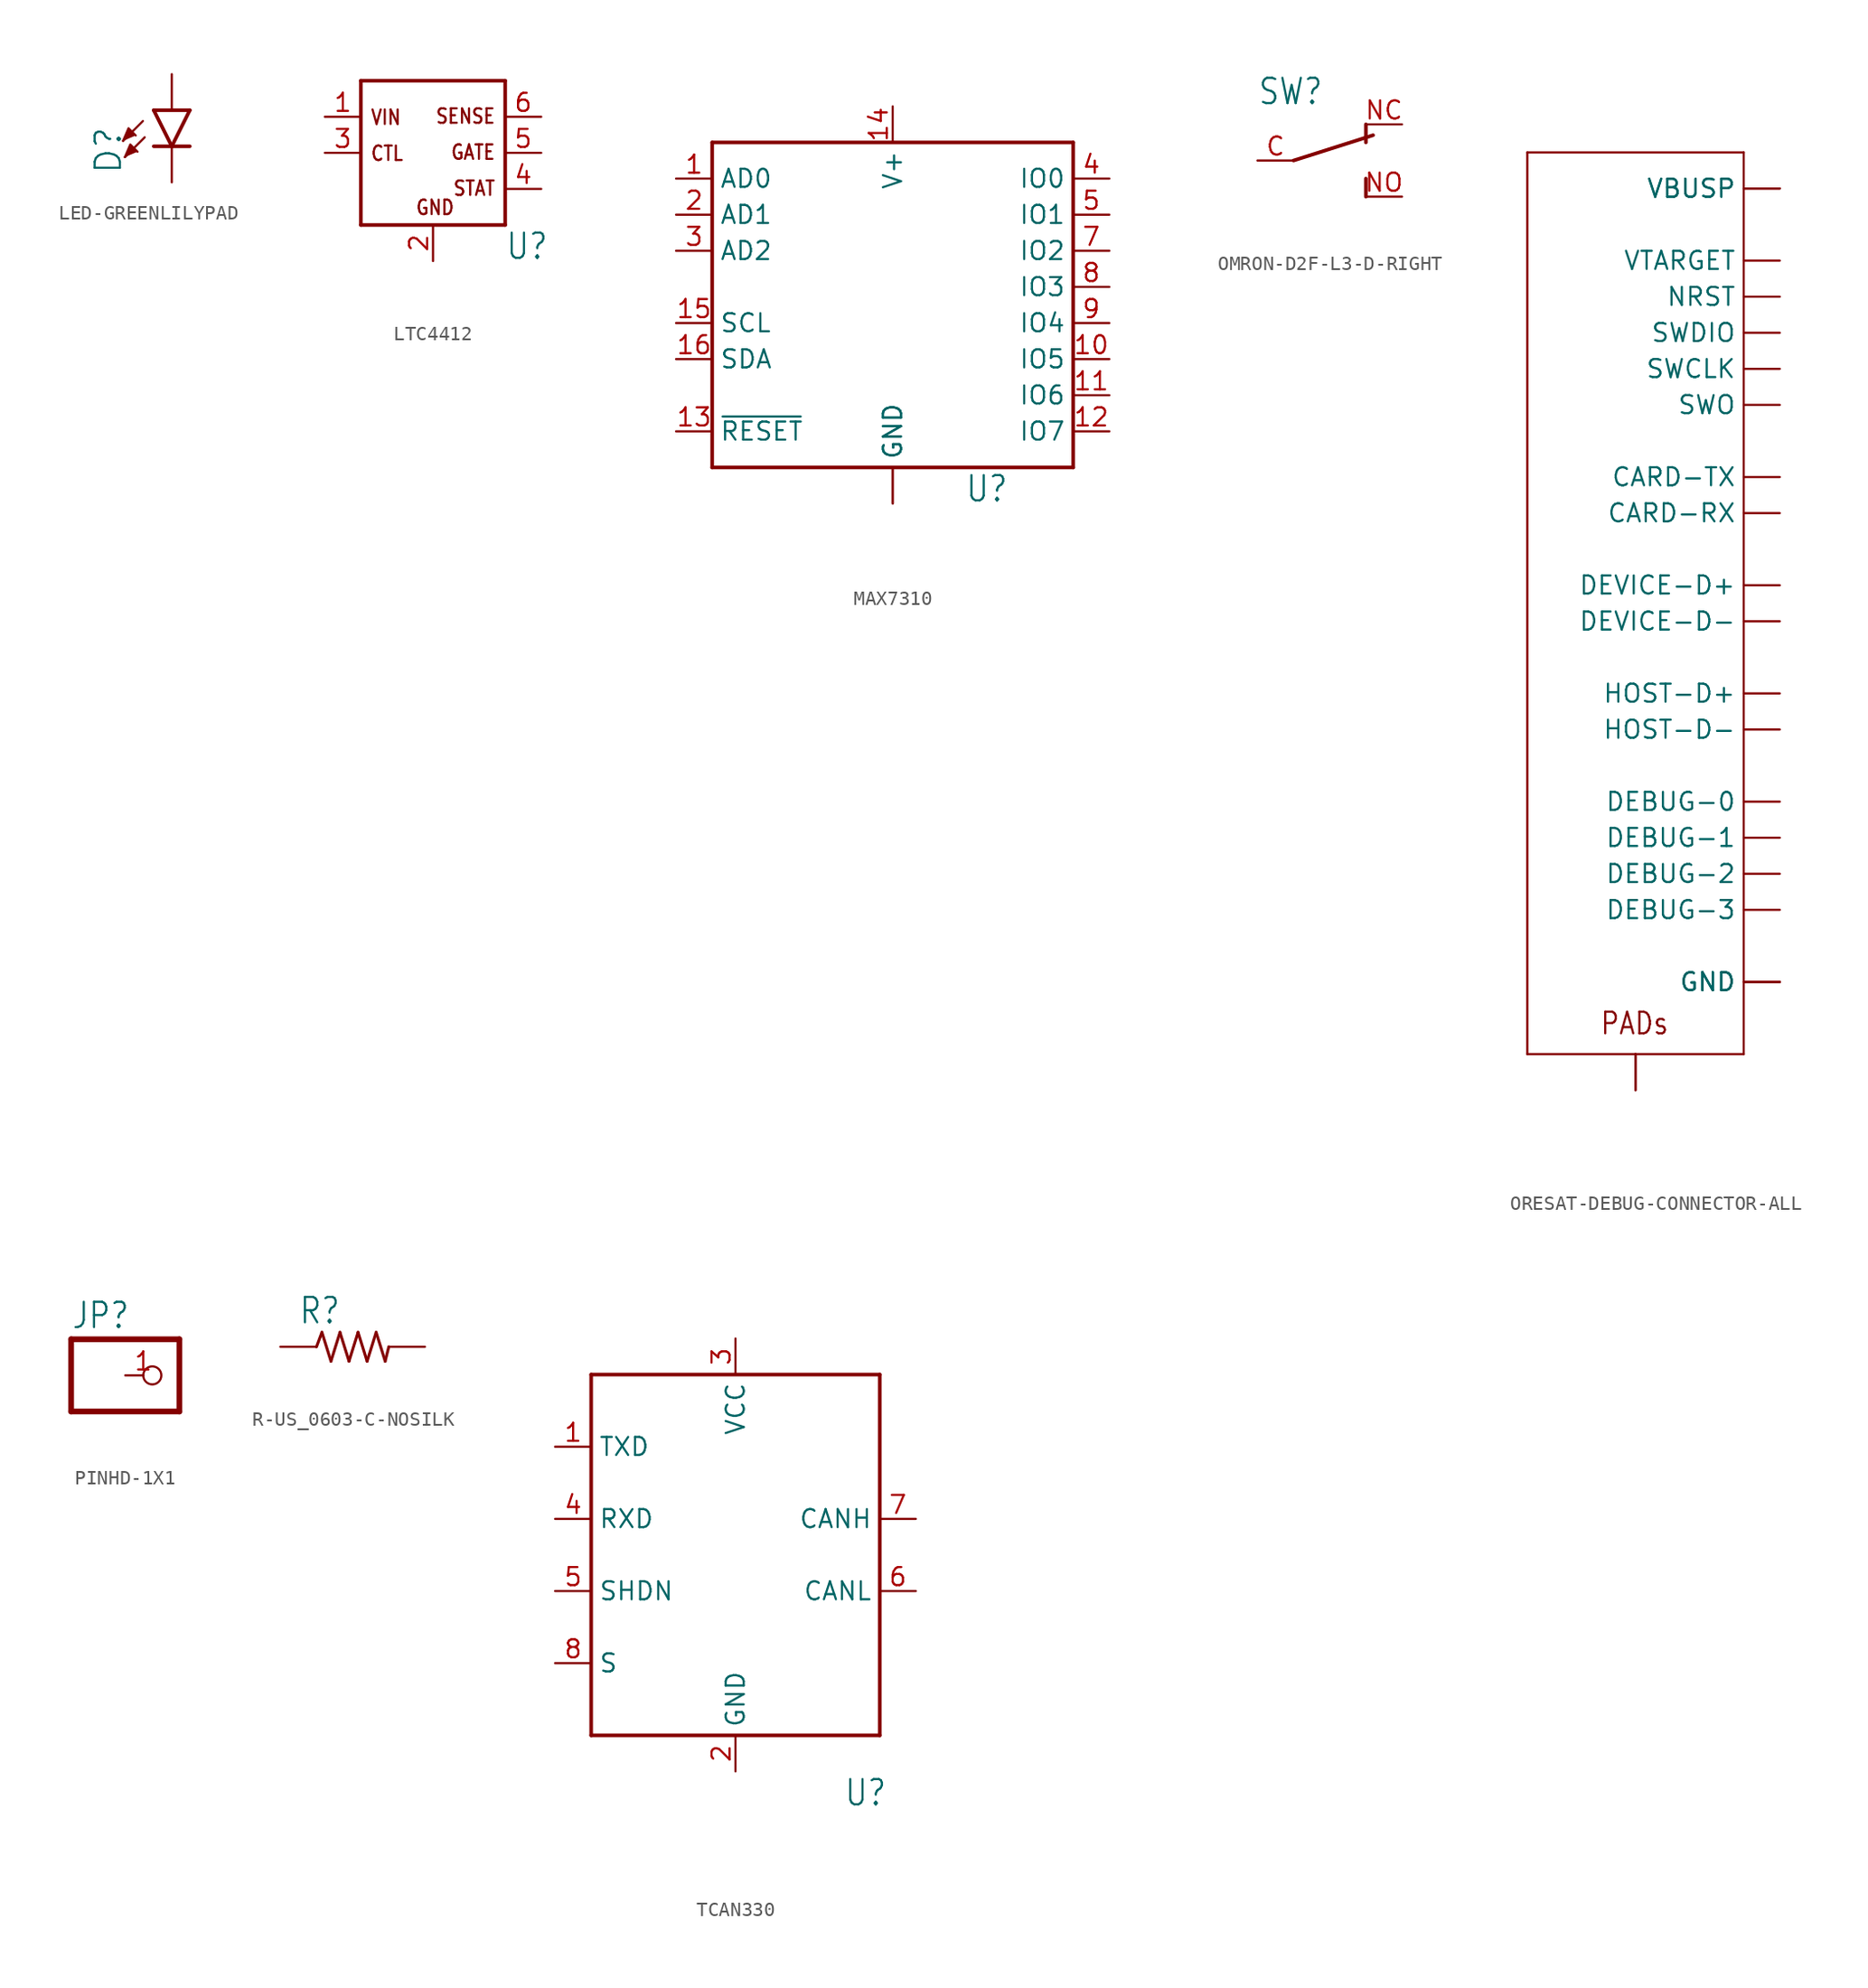
<source format=kicad_sym>
(kicad_symbol_lib
  (version 20220914)
  (generator kicad_symbol_editor)
  (symbol "LED-GREENLILYPAD"
    (property "Reference" "D"
      (at -3.429 -4.572 90)
      (effects (font (size 1.778 1.778)) (justify left bottom)))
    (property "Value" ""
      (at 1.905 -4.572 90)
      (effects (font (size 1.778 1.778)) (justify left top)))
    (property "ki_locked" ""
      (at 0 0 0)
      (effects (font (size 1.27 1.27))))
    (symbol "LED-GREENLILYPAD_1_0"
      (polyline (pts (xy -2.032 -0.762) (xy -3.429 -2.159)) (stroke (width 0.152) (type solid)) (fill (type none)))
      (polyline (pts (xy -1.905 -1.905) (xy -3.302 -3.302)) (stroke (width 0.152) (type solid)) (fill (type none)))
      (polyline (pts (xy 0 -2.54) (xy -1.27 -2.54)) (stroke (width 0.254) (type solid)) (fill (type none)))
      (polyline (pts (xy 0 -2.54) (xy -1.27 0)) (stroke (width 0.254) (type solid)) (fill (type none)))
      (polyline (pts (xy 1.27 -2.54) (xy 0 -2.54)) (stroke (width 0.254) (type solid)) (fill (type none)))
      (polyline (pts (xy 1.27 0) (xy -1.27 0)) (stroke (width 0.254) (type solid)) (fill (type none)))
      (polyline (pts (xy 1.27 0) (xy 0 -2.54)) (stroke (width 0.254) (type solid)) (fill (type none)))
      (polyline (pts (xy -3.429 -2.159) (xy -3.048 -1.27) (xy -2.54 -1.778)) (stroke (width 0.152) (type solid)) (fill (type outline)))
      (polyline (pts (xy -3.302 -3.302) (xy -2.921 -2.413) (xy -2.413 -2.921)) (stroke (width 0.152) (type solid)) (fill (type outline)))
      (pin passive line (at 0 2.54 270) (length 2.54) (name "A" (effects (font (size 0 0)))) (number "A" (effects (font (size 0 0)))))
      (pin passive line (at 0 -5.08 90) (length 2.54) (name "C" (effects (font (size 0 0)))) (number "C" (effects (font (size 0 0)))))))
  (symbol "LTC4412"
    (property "Reference" "U"
      (at 5.08 -7.62 0)
      (effects (font (size 1.778 1.511)) (justify left bottom)))
    (property "Value" ""
      (at 5.08 -10.16 0)
      (effects (font (size 1.778 1.511)) (justify left bottom)))
    (property "ki_locked" ""
      (at 0 0 0)
      (effects (font (size 1.27 1.27))))
    (symbol "LTC4412_1_0"
      (polyline (pts (xy -5.08 -5.08) (xy -5.08 5.08)) (stroke (width 0.254) (type solid)) (fill (type none)))
      (polyline (pts (xy -5.08 5.08) (xy 5.08 5.08)) (stroke (width 0.254) (type solid)) (fill (type none)))
      (polyline (pts (xy 5.08 -5.08) (xy -5.08 -5.08)) (stroke (width 0.254) (type solid)) (fill (type none)))
      (polyline (pts (xy 5.08 5.08) (xy 5.08 -5.08)) (stroke (width 0.254) (type solid)) (fill (type none)))
      (text "CTL" (at -4.445 -0.635 0) (effects (font (size 1.016 0.864)) (justify left bottom)))
      (text "GATE" (at 4.445 0.635 0) (effects (font (size 1.016 0.864)) (justify right top)))
      (text "GND" (at -1.27 -4.445 0) (effects (font (size 1.016 0.864)) (justify left bottom)))
      (text "SENSE" (at 4.445 3.175 0) (effects (font (size 1.016 0.864)) (justify right top)))
      (text "STAT" (at 4.445 -1.905 0) (effects (font (size 1.016 0.864)) (justify right top)))
      (text "VIN" (at -4.445 1.905 0) (effects (font (size 1.016 0.864)) (justify left bottom)))
      (pin power_in line (at -7.62 2.54 0) (length 2.54) (name "VIN" (effects (font (size 0 0)))) (number "1" (effects (font (size 1.27 1.27)))))
      (pin power_in line (at 0 -7.62 90) (length 2.54) (name "GND" (effects (font (size 0 0)))) (number "2" (effects (font (size 1.27 1.27)))))
      (pin input line (at -7.62 0 0) (length 2.54) (name "CTL" (effects (font (size 0 0)))) (number "3" (effects (font (size 1.27 1.27)))))
      (pin open_collector line (at 7.62 -2.54 180) (length 2.54) (name "STAT" (effects (font (size 0 0)))) (number "4" (effects (font (size 1.27 1.27)))))
      (pin output line (at 7.62 0 180) (length 2.54) (name "GATE" (effects (font (size 0 0)))) (number "5" (effects (font (size 1.27 1.27)))))
      (pin input line (at 7.62 2.54 180) (length 2.54) (name "SENSE" (effects (font (size 0 0)))) (number "6" (effects (font (size 1.27 1.27)))))))
  (symbol "MAX7310"
    (property "Reference" "U"
      (at 5.08 -15.24 0)
      (effects (font (size 1.778 1.511)) (justify left bottom)))
    (property "Value" ""
      (at 5.08 -17.78 0)
      (effects (font (size 1.778 1.511)) (justify left bottom)))
    (property "ki_locked" ""
      (at 0 0 0)
      (effects (font (size 1.27 1.27))))
    (symbol "MAX7310_1_0"
      (polyline (pts (xy -12.7 -12.7) (xy 12.7 -12.7)) (stroke (width 0.254) (type solid)) (fill (type none)))
      (polyline (pts (xy -12.7 10.16) (xy -12.7 -12.7)) (stroke (width 0.254) (type solid)) (fill (type none)))
      (polyline (pts (xy 12.7 -12.7) (xy 12.7 10.16)) (stroke (width 0.254) (type solid)) (fill (type none)))
      (polyline (pts (xy 12.7 10.16) (xy -12.7 10.16)) (stroke (width 0.254) (type solid)) (fill (type none)))
      (pin input line (at -15.24 7.62 0) (length 2.54) (name "AD0" (effects (font (size 1.27 1.27)))) (number "1" (effects (font (size 1.27 1.27)))))
      (pin bidirectional line (at 15.24 -5.08 180) (length 2.54) (name "IO5" (effects (font (size 1.27 1.27)))) (number "10" (effects (font (size 1.27 1.27)))))
      (pin bidirectional line (at 15.24 -7.62 180) (length 2.54) (name "IO6" (effects (font (size 1.27 1.27)))) (number "11" (effects (font (size 1.27 1.27)))))
      (pin bidirectional line (at 15.24 -10.16 180) (length 2.54) (name "IO7" (effects (font (size 1.27 1.27)))) (number "12" (effects (font (size 1.27 1.27)))))
      (pin input line (at -15.24 -10.16 0) (length 2.54) (name "~{RESET}" (effects (font (size 1.27 1.27)))) (number "13" (effects (font (size 1.27 1.27)))))
      (pin power_in line (at 0 12.7 270) (length 2.54) (name "V+" (effects (font (size 1.27 1.27)))) (number "14" (effects (font (size 1.27 1.27)))))
      (pin input line (at -15.24 -2.54 0) (length 2.54) (name "SCL" (effects (font (size 1.27 1.27)))) (number "15" (effects (font (size 1.27 1.27)))))
      (pin bidirectional line (at -15.24 -5.08 0) (length 2.54) (name "SDA" (effects (font (size 1.27 1.27)))) (number "16" (effects (font (size 1.27 1.27)))))
      (pin input line (at -15.24 5.08 0) (length 2.54) (name "AD1" (effects (font (size 1.27 1.27)))) (number "2" (effects (font (size 1.27 1.27)))))
      (pin input line (at -15.24 2.54 0) (length 2.54) (name "AD2" (effects (font (size 1.27 1.27)))) (number "3" (effects (font (size 1.27 1.27)))))
      (pin bidirectional line (at 15.24 7.62 180) (length 2.54) (name "IO0" (effects (font (size 1.27 1.27)))) (number "4" (effects (font (size 1.27 1.27)))))
      (pin bidirectional line (at 15.24 5.08 180) (length 2.54) (name "IO1" (effects (font (size 1.27 1.27)))) (number "5" (effects (font (size 1.27 1.27)))))
      (pin power_in line (at 0 -15.24 90) (length 2.54) (name "GND" (effects (font (size 1.27 1.27)))) (number "6" (effects (font (size 0 0)))))
      (pin bidirectional line (at 15.24 2.54 180) (length 2.54) (name "IO2" (effects (font (size 1.27 1.27)))) (number "7" (effects (font (size 1.27 1.27)))))
      (pin bidirectional line (at 15.24 0 180) (length 2.54) (name "IO3" (effects (font (size 1.27 1.27)))) (number "8" (effects (font (size 1.27 1.27)))))
      (pin bidirectional line (at 15.24 -2.54 180) (length 2.54) (name "IO4" (effects (font (size 1.27 1.27)))) (number "9" (effects (font (size 1.27 1.27)))))
      (pin power_in line (at 0 -15.24 90) (length 2.54) (name "GND" (effects (font (size 1.27 1.27)))) (number "EPAD" (effects (font (size 0 0)))))))
  (symbol "OMRON-D2F-L3-D-RIGHT"
    (property "Reference" "SW"
      (at -5.08 3.81 0)
      (effects (font (size 1.778 1.511)) (justify left bottom)))
    (property "Value" ""
      (at -5.08 -5.08 0)
      (effects (font (size 1.778 1.511)) (justify left bottom)))
    (property "ki_locked" ""
      (at 0 0 0)
      (effects (font (size 1.27 1.27))))
    (symbol "OMRON-D2F-L3-D-RIGHT_1_0"
      (polyline (pts (xy -2.54 0) (xy 3.048 1.778)) (stroke (width 0.254) (type solid)) (fill (type none)))
      (polyline (pts (xy 2.54 -2.54) (xy 2.54 -1.27)) (stroke (width 0.254) (type solid)) (fill (type none)))
      (polyline (pts (xy 2.54 2.54) (xy 2.54 1.27)) (stroke (width 0.254) (type solid)) (fill (type none)))
      (pin passive line (at -5.08 0 0) (length 2.54) (name "COM" (effects (font (size 0 0)))) (number "C" (effects (font (size 1.27 1.27)))))
      (pin passive line (at 5.08 2.54 180) (length 2.54) (name "NC" (effects (font (size 0 0)))) (number "NC" (effects (font (size 1.27 1.27)))))
      (pin passive line (at 5.08 -2.54 180) (length 2.54) (name "NO" (effects (font (size 0 0)))) (number "NO" (effects (font (size 1.27 1.27)))))))
  (symbol "ORESAT-DEBUG-CONNECTOR-ALL"
    (property "Reference" "J"
      (at -3.81 31.75 0)
      (effects (font (size 2.083 1.77)) (justify left bottom) hide))
    (property "ki_locked" ""
      (at 0 0 0)
      (effects (font (size 1.27 1.27))))
    (symbol "ORESAT-DEBUG-CONNECTOR-ALL_1_0"
      (polyline (pts (xy -7.62 -33.02) (xy 7.62 -33.02)) (stroke (width 0.152) (type solid)) (fill (type none)))
      (polyline (pts (xy -7.62 30.48) (xy -7.62 -33.02)) (stroke (width 0.152) (type solid)) (fill (type none)))
      (polyline (pts (xy 7.62 -33.02) (xy 7.62 30.48)) (stroke (width 0.152) (type solid)) (fill (type none)))
      (polyline (pts (xy 7.62 30.48) (xy -7.62 30.48)) (stroke (width 0.152) (type solid)) (fill (type none)))
      (text "PADs" (at -2.54 -31.75 0) (effects (font (size 1.524 1.295)) (justify left bottom)))
      (pin passive line (at 10.16 27.94 180) (length 2.54) (name "VBUSP" (effects (font (size 1.27 1.27)))) (number "1" (effects (font (size 0 0)))))
      (pin passive line (at 10.16 20.32 180) (length 2.54) (name "NRST" (effects (font (size 1.27 1.27)))) (number "10" (effects (font (size 0 0)))))
      (pin passive line (at 10.16 22.86 180) (length 2.54) (name "VTARGET" (effects (font (size 1.27 1.27)))) (number "11" (effects (font (size 0 0)))))
      (pin passive line (at 10.16 5.08 180) (length 2.54) (name "CARD-RX" (effects (font (size 1.27 1.27)))) (number "12" (effects (font (size 0 0)))))
      (pin passive line (at 10.16 7.62 180) (length 2.54) (name "CARD-TX" (effects (font (size 1.27 1.27)))) (number "13" (effects (font (size 0 0)))))
      (pin passive line (at 10.16 17.78 180) (length 2.54) (name "SWDIO" (effects (font (size 1.27 1.27)))) (number "14" (effects (font (size 0 0)))))
      (pin passive line (at 10.16 15.24 180) (length 2.54) (name "SWCLK" (effects (font (size 1.27 1.27)))) (number "15" (effects (font (size 0 0)))))
      (pin passive line (at 10.16 12.7 180) (length 2.54) (name "SWO" (effects (font (size 1.27 1.27)))) (number "16" (effects (font (size 0 0)))))
      (pin passive line (at 10.16 -15.24 180) (length 2.54) (name "DEBUG-0" (effects (font (size 1.27 1.27)))) (number "17" (effects (font (size 0 0)))))
      (pin passive line (at 10.16 -17.78 180) (length 2.54) (name "DEBUG-1" (effects (font (size 1.27 1.27)))) (number "18" (effects (font (size 0 0)))))
      (pin passive line (at 10.16 -20.32 180) (length 2.54) (name "DEBUG-2" (effects (font (size 1.27 1.27)))) (number "19" (effects (font (size 0 0)))))
      (pin passive line (at 10.16 27.94 180) (length 2.54) (name "VBUSP" (effects (font (size 1.27 1.27)))) (number "2" (effects (font (size 0 0)))))
      (pin passive line (at 10.16 -22.86 180) (length 2.54) (name "DEBUG-3" (effects (font (size 1.27 1.27)))) (number "20" (effects (font (size 0 0)))))
      (pin passive line (at 10.16 -27.94 180) (length 2.54) (name "GND" (effects (font (size 1.27 1.27)))) (number "3" (effects (font (size 0 0)))))
      (pin passive line (at 10.16 0 180) (length 2.54) (name "DEVICE-D+" (effects (font (size 1.27 1.27)))) (number "4" (effects (font (size 0 0)))))
      (pin passive line (at 10.16 -2.54 180) (length 2.54) (name "DEVICE-D-" (effects (font (size 1.27 1.27)))) (number "5" (effects (font (size 0 0)))))
      (pin passive line (at 10.16 -27.94 180) (length 2.54) (name "GND" (effects (font (size 1.27 1.27)))) (number "6" (effects (font (size 0 0)))))
      (pin passive line (at 10.16 -7.62 180) (length 2.54) (name "HOST-D+" (effects (font (size 1.27 1.27)))) (number "7" (effects (font (size 0 0)))))
      (pin passive line (at 10.16 -10.16 180) (length 2.54) (name "HOST-D-" (effects (font (size 1.27 1.27)))) (number "8" (effects (font (size 0 0)))))
      (pin passive line (at 10.16 -27.94 180) (length 2.54) (name "GND" (effects (font (size 1.27 1.27)))) (number "9" (effects (font (size 0 0)))))
      (pin bidirectional line (at 0 -35.56 90) (length 2.54) (name "PAD" (effects (font (size 0 0)))) (number "PAD1" (effects (font (size 0 0)))))
      (pin bidirectional line (at 0 -35.56 90) (length 2.54) (name "PAD" (effects (font (size 0 0)))) (number "PAD2" (effects (font (size 0 0)))))))
  (symbol "PINHD-1X1"
    (property "Reference" "JP"
      (at -6.35 3.175 0)
      (effects (font (size 1.778 1.511)) (justify left bottom)))
    (property "Value" ""
      (at -6.35 -5.08 0)
      (effects (font (size 1.778 1.511)) (justify left bottom)))
    (property "ki_locked" ""
      (at 0 0 0)
      (effects (font (size 1.27 1.27))))
    (symbol "PINHD-1X1_1_0"
      (polyline (pts (xy -6.35 -2.54) (xy 1.27 -2.54)) (stroke (width 0.406) (type solid)) (fill (type none)))
      (polyline (pts (xy -6.35 2.54) (xy -6.35 -2.54)) (stroke (width 0.406) (type solid)) (fill (type none)))
      (polyline (pts (xy 1.27 -2.54) (xy 1.27 2.54)) (stroke (width 0.406) (type solid)) (fill (type none)))
      (polyline (pts (xy 1.27 2.54) (xy -6.35 2.54)) (stroke (width 0.406) (type solid)) (fill (type none)))
      (pin passive inverted (at -2.54 0 0) (length 2.54) (name "1" (effects (font (size 0 0)))) (number "1" (effects (font (size 1.27 1.27)))))))
  (symbol "R-US_0603-C-NOSILK"
    (property "Reference" "R"
      (at -3.81 1.499 0)
      (effects (font (size 1.778 1.511)) (justify left bottom)))
    (property "Value" ""
      (at -3.81 -3.302 0)
      (effects (font (size 1.778 1.511)) (justify left bottom)))
    (property "ki_locked" ""
      (at 0 0 0)
      (effects (font (size 1.27 1.27))))
    (symbol "R-US_0603-C-NOSILK_1_0"
      (polyline (pts (xy -2.54 0) (xy -2.159 1.016)) (stroke (width 0.203) (type solid)) (fill (type none)))
      (polyline (pts (xy -2.159 1.016) (xy -1.524 -1.016)) (stroke (width 0.203) (type solid)) (fill (type none)))
      (polyline (pts (xy -1.524 -1.016) (xy -0.889 1.016)) (stroke (width 0.203) (type solid)) (fill (type none)))
      (polyline (pts (xy -0.889 1.016) (xy -0.254 -1.016)) (stroke (width 0.203) (type solid)) (fill (type none)))
      (polyline (pts (xy -0.254 -1.016) (xy 0.381 1.016)) (stroke (width 0.203) (type solid)) (fill (type none)))
      (polyline (pts (xy 0.381 1.016) (xy 1.016 -1.016)) (stroke (width 0.203) (type solid)) (fill (type none)))
      (polyline (pts (xy 1.016 -1.016) (xy 1.651 1.016)) (stroke (width 0.203) (type solid)) (fill (type none)))
      (polyline (pts (xy 1.651 1.016) (xy 2.286 -1.016)) (stroke (width 0.203) (type solid)) (fill (type none)))
      (polyline (pts (xy 2.286 -1.016) (xy 2.54 0)) (stroke (width 0.203) (type solid)) (fill (type none)))
      (pin passive line (at -5.08 0 0) (length 2.54) (name "1" (effects (font (size 0 0)))) (number "1" (effects (font (size 0 0)))))
      (pin passive line (at 5.08 0 180) (length 2.54) (name "2" (effects (font (size 0 0)))) (number "2" (effects (font (size 0 0)))))))
  (symbol "TCAN330"
    (property "Reference" "U"
      (at 7.62 -17.78 0)
      (effects (font (size 1.778 1.511)) (justify left bottom)))
    (property "Value" ""
      (at 7.62 -20.32 0)
      (effects (font (size 1.778 1.511)) (justify left bottom)))
    (property "ki_locked" ""
      (at 0 0 0)
      (effects (font (size 1.27 1.27))))
    (symbol "TCAN330_1_0"
      (polyline (pts (xy -10.16 -12.7) (xy 10.16 -12.7)) (stroke (width 0.254) (type solid)) (fill (type none)))
      (polyline (pts (xy -10.16 12.7) (xy -10.16 -12.7)) (stroke (width 0.254) (type solid)) (fill (type none)))
      (polyline (pts (xy 10.16 -12.7) (xy 10.16 12.7)) (stroke (width 0.254) (type solid)) (fill (type none)))
      (polyline (pts (xy 10.16 12.7) (xy -10.16 12.7)) (stroke (width 0.254) (type solid)) (fill (type none)))
      (pin input line (at -12.7 7.62 0) (length 2.54) (name "TXD" (effects (font (size 1.27 1.27)))) (number "1" (effects (font (size 1.27 1.27)))))
      (pin power_in line (at 0 -15.24 90) (length 2.54) (name "GND" (effects (font (size 1.27 1.27)))) (number "2" (effects (font (size 1.27 1.27)))))
      (pin power_in line (at 0 15.24 270) (length 2.54) (name "VCC" (effects (font (size 1.27 1.27)))) (number "3" (effects (font (size 1.27 1.27)))))
      (pin output line (at -12.7 2.54 0) (length 2.54) (name "RXD" (effects (font (size 1.27 1.27)))) (number "4" (effects (font (size 1.27 1.27)))))
      (pin input line (at -12.7 -2.54 0) (length 2.54) (name "SHDN" (effects (font (size 1.27 1.27)))) (number "5" (effects (font (size 1.27 1.27)))))
      (pin bidirectional line (at 12.7 -2.54 180) (length 2.54) (name "CANL" (effects (font (size 1.27 1.27)))) (number "6" (effects (font (size 1.27 1.27)))))
      (pin bidirectional line (at 12.7 2.54 180) (length 2.54) (name "CANH" (effects (font (size 1.27 1.27)))) (number "7" (effects (font (size 1.27 1.27)))))
      (pin input line (at -12.7 -7.62 0) (length 2.54) (name "S" (effects (font (size 1.27 1.27)))) (number "8" (effects (font (size 1.27 1.27))))))))
</source>
